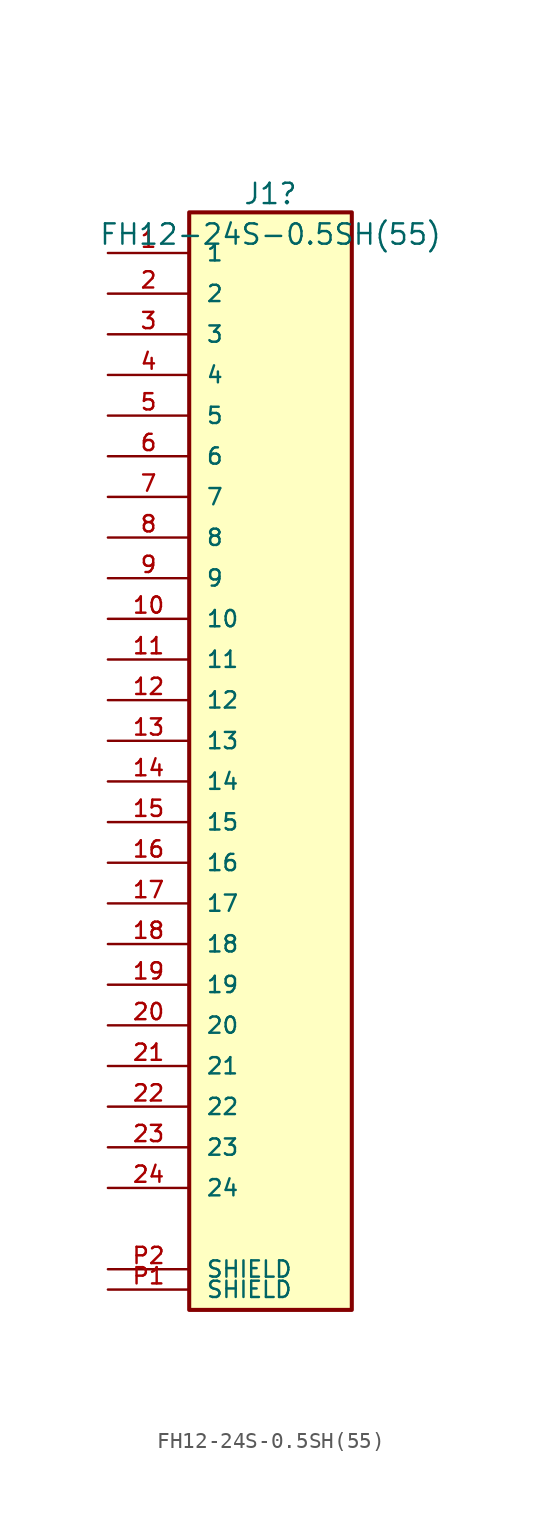
<source format=kicad_sym>
(kicad_symbol_lib
  (version 20211014)
  (generator kicad_symbol_editor)
  (symbol "FH12-24S-0.5SH(55)"
    (pin_names
      (offset 1.016))
    (property "Reference" "J1"
      (at 0 36.72 0)
      (effects (font (size 1.27 1.27))))
    (property "Value" "FH12-24S-0.5SH(55)"
      (at 0 34.183 0)
      (effects (font (size 1.27 1.27))))
    (property "ki_locked" ""
      (at 0 0 0)
      (effects (font (size 1.27 1.27))))
    (symbol "FH12-24S-0.5SH(55)_0_0"
      (rectangle (start -5.08 -33.02) (end 5.08 35.56) (stroke (width 0.254) (type default) (color 0 0 0 0)) (fill (type background)))
      (pin passive line (at -10.16 33.02 0) (length 5.08) (name "1" (effects (font (size 1.016 1.016)))) (number "1" (effects (font (size 1.016 1.016)))))
      (pin passive line (at -10.16 10.16 0) (length 5.08) (name "10" (effects (font (size 1.016 1.016)))) (number "10" (effects (font (size 1.016 1.016)))))
      (pin passive line (at -10.16 7.62 0) (length 5.08) (name "11" (effects (font (size 1.016 1.016)))) (number "11" (effects (font (size 1.016 1.016)))))
      (pin passive line (at -10.16 5.08 0) (length 5.08) (name "12" (effects (font (size 1.016 1.016)))) (number "12" (effects (font (size 1.016 1.016)))))
      (pin passive line (at -10.16 2.54 0) (length 5.08) (name "13" (effects (font (size 1.016 1.016)))) (number "13" (effects (font (size 1.016 1.016)))))
      (pin passive line (at -10.16 0 0) (length 5.08) (name "14" (effects (font (size 1.016 1.016)))) (number "14" (effects (font (size 1.016 1.016)))))
      (pin passive line (at -10.16 -2.54 0) (length 5.08) (name "15" (effects (font (size 1.016 1.016)))) (number "15" (effects (font (size 1.016 1.016)))))
      (pin passive line (at -10.16 -5.08 0) (length 5.08) (name "16" (effects (font (size 1.016 1.016)))) (number "16" (effects (font (size 1.016 1.016)))))
      (pin passive line (at -10.16 -7.62 0) (length 5.08) (name "17" (effects (font (size 1.016 1.016)))) (number "17" (effects (font (size 1.016 1.016)))))
      (pin passive line (at -10.16 -10.16 0) (length 5.08) (name "18" (effects (font (size 1.016 1.016)))) (number "18" (effects (font (size 1.016 1.016)))))
      (pin passive line (at -10.16 -12.7 0) (length 5.08) (name "19" (effects (font (size 1.016 1.016)))) (number "19" (effects (font (size 1.016 1.016)))))
      (pin passive line (at -10.16 30.48 0) (length 5.08) (name "2" (effects (font (size 1.016 1.016)))) (number "2" (effects (font (size 1.016 1.016)))))
      (pin passive line (at -10.16 -15.24 0) (length 5.08) (name "20" (effects (font (size 1.016 1.016)))) (number "20" (effects (font (size 1.016 1.016)))))
      (pin passive line (at -10.16 -17.78 0) (length 5.08) (name "21" (effects (font (size 1.016 1.016)))) (number "21" (effects (font (size 1.016 1.016)))))
      (pin passive line (at -10.16 -20.32 0) (length 5.08) (name "22" (effects (font (size 1.016 1.016)))) (number "22" (effects (font (size 1.016 1.016)))))
      (pin passive line (at -10.16 -22.86 0) (length 5.08) (name "23" (effects (font (size 1.016 1.016)))) (number "23" (effects (font (size 1.016 1.016)))))
      (pin passive line (at -10.16 -25.4 0) (length 5.08) (name "24" (effects (font (size 1.016 1.016)))) (number "24" (effects (font (size 1.016 1.016)))))
      (pin passive line (at -10.16 27.94 0) (length 5.08) (name "3" (effects (font (size 1.016 1.016)))) (number "3" (effects (font (size 1.016 1.016)))))
      (pin passive line (at -10.16 25.4 0) (length 5.08) (name "4" (effects (font (size 1.016 1.016)))) (number "4" (effects (font (size 1.016 1.016)))))
      (pin passive line (at -10.16 22.86 0) (length 5.08) (name "5" (effects (font (size 1.016 1.016)))) (number "5" (effects (font (size 1.016 1.016)))))
      (pin passive line (at -10.16 20.32 0) (length 5.08) (name "6" (effects (font (size 1.016 1.016)))) (number "6" (effects (font (size 1.016 1.016)))))
      (pin passive line (at -10.16 17.78 0) (length 5.08) (name "7" (effects (font (size 1.016 1.016)))) (number "7" (effects (font (size 1.016 1.016)))))
      (pin passive line (at -10.16 15.24 0) (length 5.08) (name "8" (effects (font (size 1.016 1.016)))) (number "8" (effects (font (size 1.016 1.016)))))
      (pin passive line (at -10.16 12.7 0) (length 5.08) (name "9" (effects (font (size 1.016 1.016)))) (number "9" (effects (font (size 1.016 1.016)))))
      (pin passive line (at -10.16 -31.75 0) (length 5.08) (name "SHIELD" (effects (font (size 1.016 1.016)))) (number "P1" (effects (font (size 1.016 1.016)))))
      (pin passive line (at -10.16 -30.48 0) (length 5.08) (name "SHIELD" (effects (font (size 1.016 1.016)))) (number "P2" (effects (font (size 1.016 1.016))))))))
</source>
